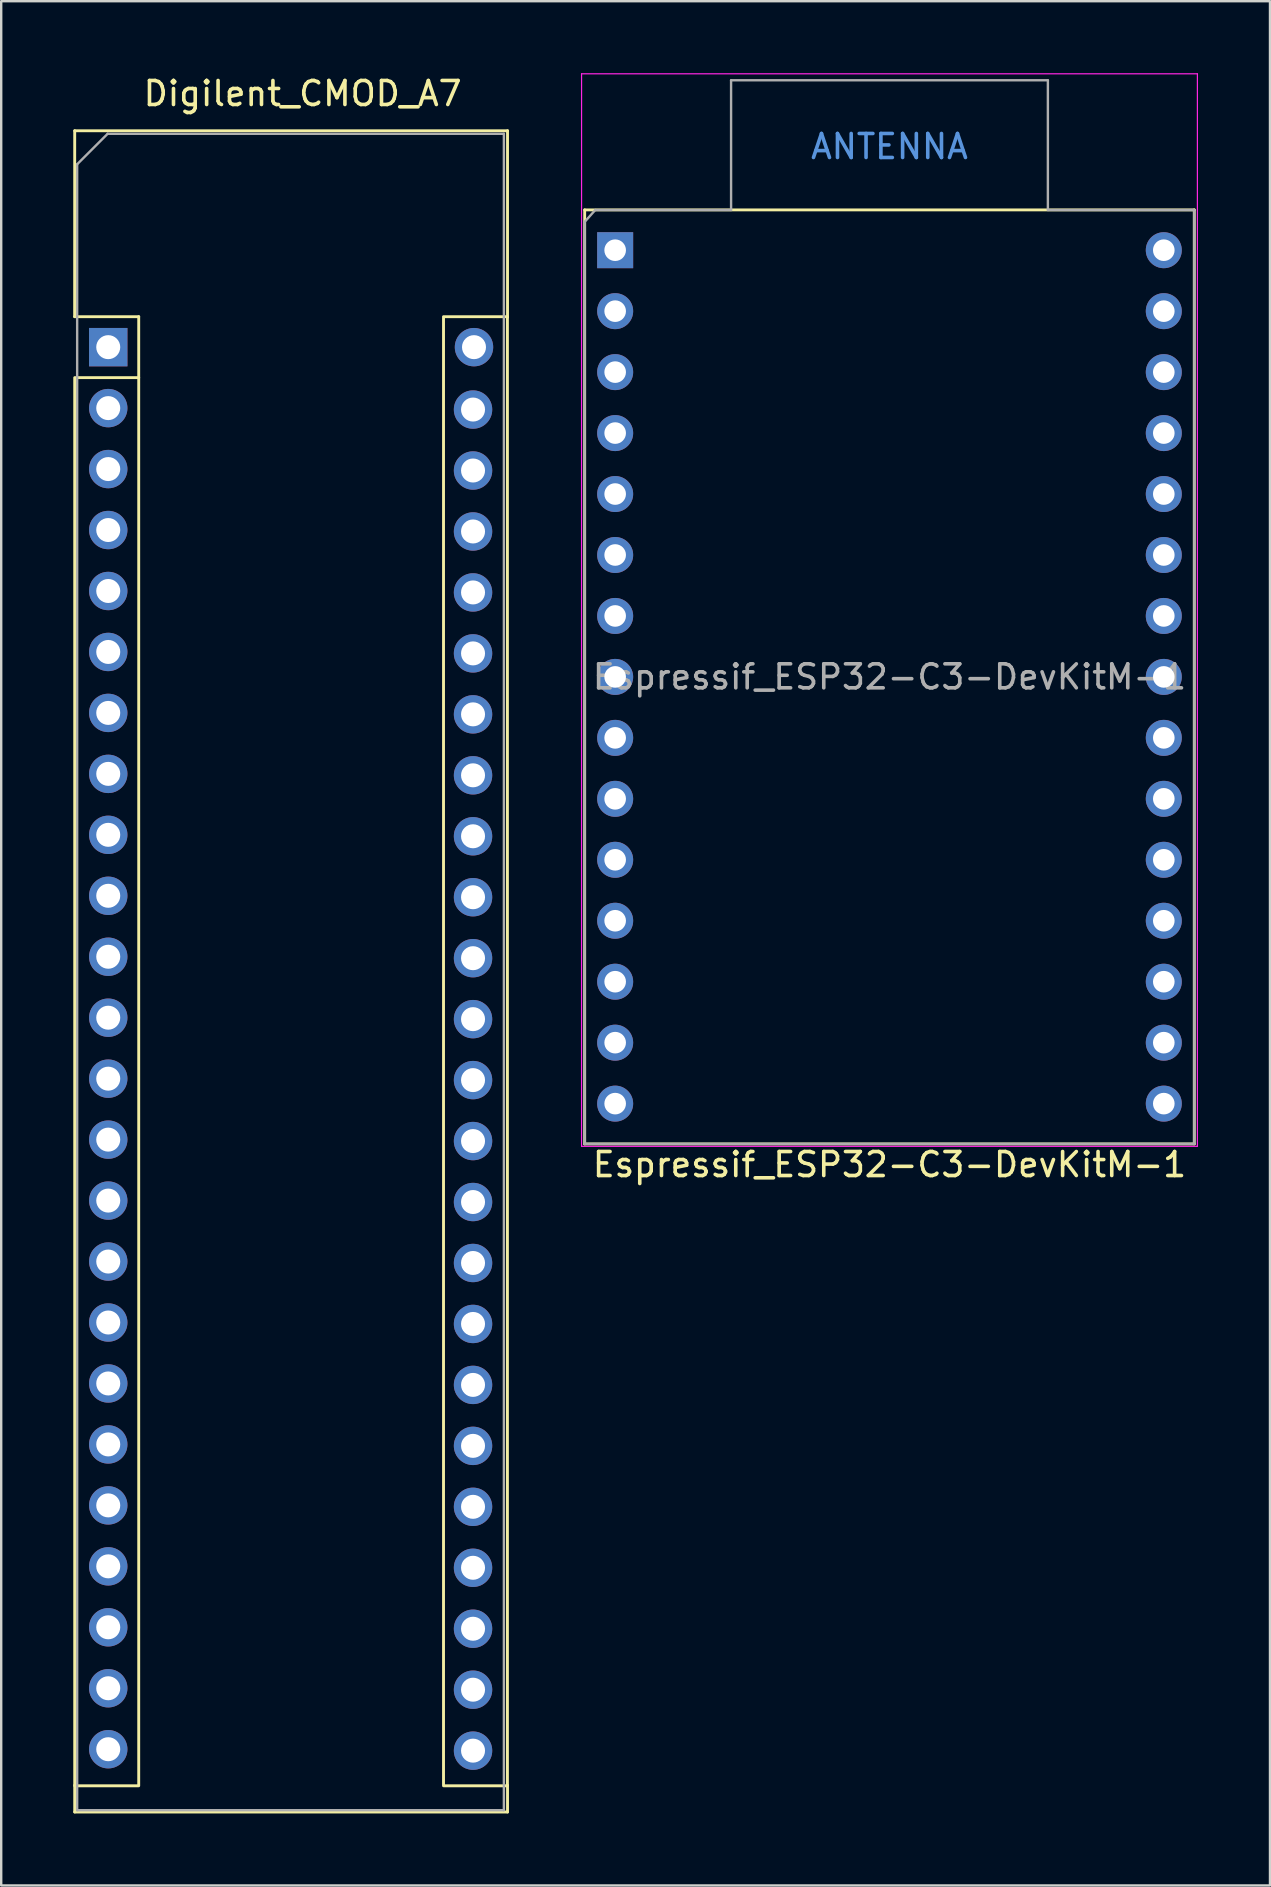
<source format=kicad_pcb>
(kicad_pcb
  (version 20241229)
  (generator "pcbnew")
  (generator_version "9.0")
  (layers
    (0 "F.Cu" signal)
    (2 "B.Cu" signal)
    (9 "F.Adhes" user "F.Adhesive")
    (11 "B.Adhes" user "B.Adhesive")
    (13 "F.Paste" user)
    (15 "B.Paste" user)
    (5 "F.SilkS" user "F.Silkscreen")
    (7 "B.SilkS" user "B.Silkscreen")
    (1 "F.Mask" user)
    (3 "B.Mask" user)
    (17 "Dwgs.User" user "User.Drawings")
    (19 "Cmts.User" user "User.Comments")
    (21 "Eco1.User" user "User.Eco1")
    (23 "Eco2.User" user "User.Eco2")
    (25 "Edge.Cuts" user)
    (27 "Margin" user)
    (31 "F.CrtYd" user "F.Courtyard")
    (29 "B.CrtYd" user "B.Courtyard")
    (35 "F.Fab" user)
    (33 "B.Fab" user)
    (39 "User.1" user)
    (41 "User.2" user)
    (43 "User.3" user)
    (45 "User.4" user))
  (footprint "Espressif_ESP32-C3-DevKitM-1"
    (layer "F.Cu")
    (at 22.582 7.375)
    (property "Reference" "Espressif_ESP32-C3-DevKitM-1" (at 11.43 38.1 0) (unlocked yes) (layer "F.SilkS") (effects (font (size 1 1) (thickness 0.15))))
    (attr through_hole)
    (fp_line (start -1.27 -1.68) (end 24.13 -1.68) (stroke (width 0.12) (type solid)) (layer "F.SilkS"))
    (fp_line (start -1.27 37.24) (end -1.27 -1.68) (stroke (width 0.12) (type solid)) (layer "F.SilkS"))
    (fp_line (start 24.13 -1.68) (end 24.13 37.24) (stroke (width 0.12) (type solid)) (layer "F.SilkS"))
    (fp_line (start 24.13 37.24) (end -1.27 37.24) (stroke (width 0.12) (type solid)) (layer "F.SilkS"))
    (fp_line (start -1.4 -7.35) (end -1.4 37.34) (stroke (width 0.05) (type solid)) (layer "F.CrtYd"))
    (fp_line (start -1.4 37.34) (end 24.26 37.34) (stroke (width 0.05) (type solid)) (layer "F.CrtYd"))
    (fp_line (start 24.26 -7.35) (end -1.4 -7.35) (stroke (width 0.05) (type solid)) (layer "F.CrtYd"))
    (fp_line (start 24.26 37.34) (end 24.26 -7.35) (stroke (width 0.05) (type solid)) (layer "F.CrtYd"))
    (fp_line (start -1.27 -1.18) (end -1.27 37.235) (stroke (width 0.1) (type solid)) (layer "F.Fab"))
    (fp_line (start -1.27 -1.18) (end -0.83 -1.675) (stroke (width 0.1) (type solid)) (layer "F.Fab"))
    (fp_line (start -1.27 37.235) (end 24.13 37.235) (stroke (width 0.1) (type solid)) (layer "F.Fab"))
    (fp_line (start 4.83 -7.08) (end 18.03 -7.08) (stroke (width 0.1) (type solid)) (layer "F.Fab"))
    (fp_line (start 4.83 -1.675) (end -0.83 -1.675) (stroke (width 0.1) (type solid)) (layer "F.Fab"))
    (fp_line (start 4.83 -1.675) (end 4.83 -7.08) (stroke (width 0.1) (type solid)) (layer "F.Fab"))
    (fp_line (start 18.03 -7.08) (end 18.03 -1.675) (stroke (width 0.1) (type solid)) (layer "F.Fab"))
    (fp_line (start 18.03 -1.675) (end 24.13 -1.675) (stroke (width 0.1) (type solid)) (layer "F.Fab"))
    (fp_line (start 24.13 37.235) (end 24.13 -1.675) (stroke (width 0.1) (type solid)) (layer "F.Fab"))
    (fp_text user "ANTENNA" (at 11.43 -4.318 0) (unlocked yes) (layer "Cmts.User") (effects (font (size 1 1) (thickness 0.15))))
    (fp_text user "${REFERENCE}" (at 11.43 17.78 0) (unlocked yes) (layer "F.Fab") (effects (font (size 1 1) (thickness 0.15))))
    (pad "1" thru_hole rect (at 0 0) (size 1.5 1.5) (drill 0.9) (layers "*.Cu" "*.Mask") (remove_unused_layers yes) (keep_end_layers yes) (zone_layer_connections))
    (pad "2" thru_hole circle (at 0 2.54) (size 1.5 1.5) (drill 0.9) (layers "*.Cu" "*.Mask") (remove_unused_layers yes) (keep_end_layers yes) (zone_layer_connections))
    (pad "3" thru_hole circle (at 0 5.08) (size 1.5 1.5) (drill 0.9) (layers "*.Cu" "*.Mask") (remove_unused_layers yes) (keep_end_layers yes) (zone_layer_connections))
    (pad "4" thru_hole circle (at 0 7.62) (size 1.5 1.5) (drill 0.9) (layers "*.Cu" "*.Mask") (remove_unused_layers yes) (keep_end_layers yes) (zone_layer_connections))
    (pad "5" thru_hole circle (at 0 10.16) (size 1.5 1.5) (drill 0.9) (layers "*.Cu" "*.Mask") (remove_unused_layers yes) (keep_end_layers yes) (zone_layer_connections))
    (pad "6" thru_hole circle (at 0 12.7) (size 1.5 1.5) (drill 0.9) (layers "*.Cu" "*.Mask") (remove_unused_layers yes) (keep_end_layers yes) (zone_layer_connections))
    (pad "7" thru_hole circle (at 0 15.24) (size 1.5 1.5) (drill 0.9) (layers "*.Cu" "*.Mask") (remove_unused_layers yes) (keep_end_layers yes) (zone_layer_connections))
    (pad "8" thru_hole circle (at 0 17.78) (size 1.5 1.5) (drill 0.9) (layers "*.Cu" "*.Mask") (remove_unused_layers yes) (keep_end_layers yes) (zone_layer_connections))
    (pad "9" thru_hole circle (at 0 20.32) (size 1.5 1.5) (drill 0.9) (layers "*.Cu" "*.Mask") (remove_unused_layers yes) (keep_end_layers yes) (zone_layer_connections))
    (pad "10" thru_hole circle (at 0 22.86) (size 1.5 1.5) (drill 0.9) (layers "*.Cu" "*.Mask") (remove_unused_layers yes) (keep_end_layers yes) (zone_layer_connections))
    (pad "11" thru_hole circle (at 0 25.4) (size 1.5 1.5) (drill 0.9) (layers "*.Cu" "*.Mask") (remove_unused_layers yes) (keep_end_layers yes) (zone_layer_connections))
    (pad "12" thru_hole circle (at 0 27.94) (size 1.5 1.5) (drill 0.9) (layers "*.Cu" "*.Mask") (remove_unused_layers yes) (keep_end_layers yes) (zone_layer_connections))
    (pad "13" thru_hole circle (at 0 30.48) (size 1.5 1.5) (drill 0.9) (layers "*.Cu" "*.Mask") (remove_unused_layers yes) (keep_end_layers yes) (zone_layer_connections))
    (pad "14" thru_hole circle (at 0 33.02) (size 1.5 1.5) (drill 0.9) (layers "*.Cu" "*.Mask") (remove_unused_layers yes) (keep_end_layers yes) (zone_layer_connections))
    (pad "15" thru_hole circle (at 0 35.56) (size 1.5 1.5) (drill 0.9) (layers "*.Cu" "*.Mask") (remove_unused_layers yes) (keep_end_layers yes) (zone_layer_connections))
    (pad "16" thru_hole circle (at 22.86 35.56) (size 1.5 1.5) (drill 0.9) (layers "*.Cu" "*.Mask") (remove_unused_layers yes) (keep_end_layers yes) (zone_layer_connections))
    (pad "17" thru_hole circle (at 22.86 33.02) (size 1.5 1.5) (drill 0.9) (layers "*.Cu" "*.Mask") (remove_unused_layers yes) (keep_end_layers yes) (zone_layer_connections))
    (pad "18" thru_hole circle (at 22.86 30.48) (size 1.5 1.5) (drill 0.9) (layers "*.Cu" "*.Mask") (remove_unused_layers yes) (keep_end_layers yes) (zone_layer_connections))
    (pad "19" thru_hole circle (at 22.86 27.94) (size 1.5 1.5) (drill 0.9) (layers "*.Cu" "*.Mask") (remove_unused_layers yes) (keep_end_layers yes) (zone_layer_connections))
    (pad "20" thru_hole circle (at 22.86 25.4) (size 1.5 1.5) (drill 0.9) (layers "*.Cu" "*.Mask") (remove_unused_layers yes) (keep_end_layers yes) (zone_layer_connections))
    (pad "21" thru_hole circle (at 22.86 22.86) (size 1.5 1.5) (drill 0.9) (layers "*.Cu" "*.Mask") (remove_unused_layers yes) (keep_end_layers yes) (zone_layer_connections))
    (pad "22" thru_hole circle (at 22.86 20.32) (size 1.5 1.5) (drill 0.9) (layers "*.Cu" "*.Mask") (remove_unused_layers yes) (keep_end_layers yes) (zone_layer_connections))
    (pad "23" thru_hole circle (at 22.86 17.78) (size 1.5 1.5) (drill 0.9) (layers "*.Cu" "*.Mask") (remove_unused_layers yes) (keep_end_layers yes) (zone_layer_connections))
    (pad "24" thru_hole circle (at 22.86 15.24) (size 1.5 1.5) (drill 0.9) (layers "*.Cu" "*.Mask") (remove_unused_layers yes) (keep_end_layers yes) (zone_layer_connections))
    (pad "25" thru_hole circle (at 22.86 12.7) (size 1.5 1.5) (drill 0.9) (layers "*.Cu" "*.Mask") (remove_unused_layers yes) (keep_end_layers yes) (zone_layer_connections))
    (pad "26" thru_hole circle (at 22.86 10.16) (size 1.5 1.5) (drill 0.9) (layers "*.Cu" "*.Mask") (remove_unused_layers yes) (keep_end_layers yes) (zone_layer_connections))
    (pad "27" thru_hole circle (at 22.86 7.62) (size 1.5 1.5) (drill 0.9) (layers "*.Cu" "*.Mask") (remove_unused_layers yes) (keep_end_layers yes) (zone_layer_connections))
    (pad "28" thru_hole circle (at 22.86 5.08) (size 1.5 1.5) (drill 0.9) (layers "*.Cu" "*.Mask") (remove_unused_layers yes) (keep_end_layers yes) (zone_layer_connections))
    (pad "29" thru_hole circle (at 22.86 2.54) (size 1.5 1.5) (drill 0.9) (layers "*.Cu" "*.Mask") (remove_unused_layers yes) (keep_end_layers yes) (zone_layer_connections))
    (pad "30" thru_hole circle (at 22.86 0) (size 1.5 1.5) (drill 0.9) (layers "*.Cu" "*.Mask") (remove_unused_layers yes) (keep_end_layers yes) (zone_layer_connections)))
  (footprint "Digilent_CMOD_A7"
    (layer "F.Cu")
    (at 1.46 11.415)
    (property "Reference" "Digilent_CMOD_A7" (at 8.1 -10.566 0) (unlocked yes) (layer "F.SilkS") (effects (font (size 1 1) (thickness 0.15))))
    (fp_line (start -1.397 -9.017) (end -1.4 -1.27) (stroke (width 0.12) (type solid)) (layer "F.SilkS"))
    (fp_line (start -1.397 59.919) (end -1.397 61.036) (stroke (width 0.12) (type solid)) (layer "F.SilkS"))
    (fp_line (start -1.397 61.036) (end 16.637 61.036) (stroke (width 0.12) (type solid)) (layer "F.SilkS"))
    (fp_line (start 1.27 -1.27) (end -1.4 -1.27) (stroke (width 0.12) (type solid)) (layer "F.SilkS"))
    (fp_line (start 1.27 1.27) (end 1.27 -1.27) (stroke (width 0.12) (type solid)) (layer "F.SilkS"))
    (fp_line (start 16.637 -9.017) (end -1.397 -9.017) (stroke (width 0.12) (type solid)) (layer "F.SilkS"))
    (fp_line (start 16.637 -9.017) (end 16.637 -1.245) (stroke (width 0.12) (type solid)) (layer "F.SilkS"))
    (fp_line (start 16.637 61.036) (end 16.637 59.919) (stroke (width 0.12) (type solid)) (layer "F.SilkS"))
    (fp_rect (start -1.397 1.27) (end 1.27 59.944) (stroke (width 0.12) (type solid)) (fill no) (layer "F.SilkS"))
    (fp_rect (start 13.97 -1.27) (end 16.633 59.944) (stroke (width 0.12) (type solid)) (fill no) (layer "F.SilkS"))
    (fp_line (start -1.295 -7.621) (end -0.025 -8.891) (stroke (width 0.1) (type solid)) (layer "F.Fab"))
    (fp_line (start -1.295 60.96) (end -1.295 -7.62) (stroke (width 0.1) (type solid)) (layer "F.Fab"))
    (fp_line (start -0.025 -8.891) (end 16.485 -8.891) (stroke (width 0.1) (type solid)) (layer "F.Fab"))
    (fp_line (start 16.485 -8.89) (end 16.485 60.96) (stroke (width 0.1) (type solid)) (layer "F.Fab"))
    (fp_line (start 16.485 60.96) (end -1.295 60.96) (stroke (width 0.1) (type solid)) (layer "F.Fab"))
    (fp_text user "" (at 6.35 19.05 0) (layer "F.Fab") (effects (font (size 1 1) (thickness 0.15))))
    (pad "1" thru_hole rect (at 0 0) (size 1.6 1.6) (drill 1) (layers "*.Cu" "*.Mask"))
    (pad "2" thru_hole oval (at 0 2.54) (size 1.6 1.6) (drill 1) (layers "*.Cu" "*.Mask"))
    (pad "3" thru_hole oval (at 0 5.08) (size 1.6 1.6) (drill 1) (layers "*.Cu" "*.Mask"))
    (pad "4" thru_hole oval (at 0 7.62) (size 1.6 1.6) (drill 1) (layers "*.Cu" "*.Mask"))
    (pad "5" thru_hole oval (at 0 10.16) (size 1.6 1.6) (drill 1) (layers "*.Cu" "*.Mask"))
    (pad "6" thru_hole oval (at 0 12.7) (size 1.6 1.6) (drill 1) (layers "*.Cu" "*.Mask"))
    (pad "7" thru_hole oval (at 0 15.24) (size 1.6 1.6) (drill 1) (layers "*.Cu" "*.Mask"))
    (pad "8" thru_hole oval (at 0 17.78) (size 1.6 1.6) (drill 1) (layers "*.Cu" "*.Mask"))
    (pad "9" thru_hole oval (at 0 20.32) (size 1.6 1.6) (drill 1) (layers "*.Cu" "*.Mask"))
    (pad "10" thru_hole oval (at 0 22.86) (size 1.6 1.6) (drill 1) (layers "*.Cu" "*.Mask"))
    (pad "11" thru_hole oval (at 0 25.4) (size 1.6 1.6) (drill 1) (layers "*.Cu" "*.Mask"))
    (pad "12" thru_hole oval (at 0 27.94) (size 1.6 1.6) (drill 1) (layers "*.Cu" "*.Mask"))
    (pad "13" thru_hole oval (at 0 30.48) (size 1.6 1.6) (drill 1) (layers "*.Cu" "*.Mask"))
    (pad "14" thru_hole oval (at 0 33.02) (size 1.6 1.6) (drill 1) (layers "*.Cu" "*.Mask"))
    (pad "15" thru_hole oval (at 0 35.56) (size 1.6 1.6) (drill 1) (layers "*.Cu" "*.Mask"))
    (pad "16" thru_hole oval (at 0 38.1 180) (size 1.6 1.6) (drill 1) (layers "*.Cu" "*.Mask"))
    (pad "17" thru_hole oval (at 0 40.64 180) (size 1.6 1.6) (drill 1) (layers "*.Cu" "*.Mask"))
    (pad "18" thru_hole oval (at 0 43.18 180) (size 1.6 1.6) (drill 1) (layers "*.Cu" "*.Mask"))
    (pad "19" thru_hole oval (at 0 45.72 180) (size 1.6 1.6) (drill 1) (layers "*.Cu" "*.Mask"))
    (pad "20" thru_hole oval (at 0 48.26 180) (size 1.6 1.6) (drill 1) (layers "*.Cu" "*.Mask"))
    (pad "21" thru_hole oval (at 0 50.8 180) (size 1.6 1.6) (drill 1) (layers "*.Cu" "*.Mask"))
    (pad "22" thru_hole oval (at 0 53.34 180) (size 1.6 1.6) (drill 1) (layers "*.Cu" "*.Mask"))
    (pad "23" thru_hole oval (at 0 55.88 180) (size 1.6 1.6) (drill 1) (layers "*.Cu" "*.Mask"))
    (pad "24" thru_hole oval (at 0 58.42 180) (size 1.6 1.6) (drill 1) (layers "*.Cu" "*.Mask"))
    (pad "25" thru_hole oval (at 15.2 58.48 180) (size 1.6 1.6) (drill 1) (layers "*.Cu" "*.Mask"))
    (pad "26" thru_hole oval (at 15.2 55.94 180) (size 1.6 1.6) (drill 1) (layers "*.Cu" "*.Mask"))
    (pad "27" thru_hole oval (at 15.2 53.4 180) (size 1.6 1.6) (drill 1) (layers "*.Cu" "*.Mask"))
    (pad "28" thru_hole oval (at 15.2 50.86 180) (size 1.6 1.6) (drill 1) (layers "*.Cu" "*.Mask"))
    (pad "29" thru_hole oval (at 15.2 48.32 180) (size 1.6 1.6) (drill 1) (layers "*.Cu" "*.Mask"))
    (pad "30" thru_hole oval (at 15.2 45.78 180) (size 1.6 1.6) (drill 1) (layers "*.Cu" "*.Mask"))
    (pad "31" thru_hole oval (at 15.2 43.24 180) (size 1.6 1.6) (drill 1) (layers "*.Cu" "*.Mask"))
    (pad "32" thru_hole oval (at 15.2 40.7 180) (size 1.6 1.6) (drill 1) (layers "*.Cu" "*.Mask"))
    (pad "33" thru_hole oval (at 15.2 38.16 180) (size 1.6 1.6) (drill 1) (layers "*.Cu" "*.Mask"))
    (pad "34" thru_hole oval (at 15.2 35.62) (size 1.6 1.6) (drill 1) (layers "*.Cu" "*.Mask"))
    (pad "35" thru_hole oval (at 15.2 33.08) (size 1.6 1.6) (drill 1) (layers "*.Cu" "*.Mask"))
    (pad "36" thru_hole oval (at 15.2 30.54) (size 1.6 1.6) (drill 1) (layers "*.Cu" "*.Mask"))
    (pad "37" thru_hole oval (at 15.2 28) (size 1.6 1.6) (drill 1) (layers "*.Cu" "*.Mask"))
    (pad "38" thru_hole oval (at 15.2 25.46) (size 1.6 1.6) (drill 1) (layers "*.Cu" "*.Mask"))
    (pad "39" thru_hole oval (at 15.2 22.92) (size 1.6 1.6) (drill 1) (layers "*.Cu" "*.Mask"))
    (pad "40" thru_hole oval (at 15.2 20.38) (size 1.6 1.6) (drill 1) (layers "*.Cu" "*.Mask"))
    (pad "41" thru_hole oval (at 15.2 17.84) (size 1.6 1.6) (drill 1) (layers "*.Cu" "*.Mask"))
    (pad "42" thru_hole oval (at 15.2 15.3) (size 1.6 1.6) (drill 1) (layers "*.Cu" "*.Mask"))
    (pad "43" thru_hole oval (at 15.2 12.76) (size 1.6 1.6) (drill 1) (layers "*.Cu" "*.Mask"))
    (pad "44" thru_hole oval (at 15.2 10.22) (size 1.6 1.6) (drill 1) (layers "*.Cu" "*.Mask"))
    (pad "45" thru_hole oval (at 15.2 7.68) (size 1.6 1.6) (drill 1) (layers "*.Cu" "*.Mask"))
    (pad "46" thru_hole oval (at 15.2 5.14) (size 1.6 1.6) (drill 1) (layers "*.Cu" "*.Mask"))
    (pad "47" thru_hole oval (at 15.2 2.6) (size 1.6 1.6) (drill 1) (layers "*.Cu" "*.Mask"))
    (pad "48" thru_hole oval (at 15.24 0) (size 1.6 1.6) (drill 1) (layers "*.Cu" "*.Mask")))
  (gr_rect
    (start -3 -3)
    (end 49.867 75.511)
    (stroke (width 0.1) (type default))
    (fill no)
    (layer "Edge.Cuts")))
</source>
